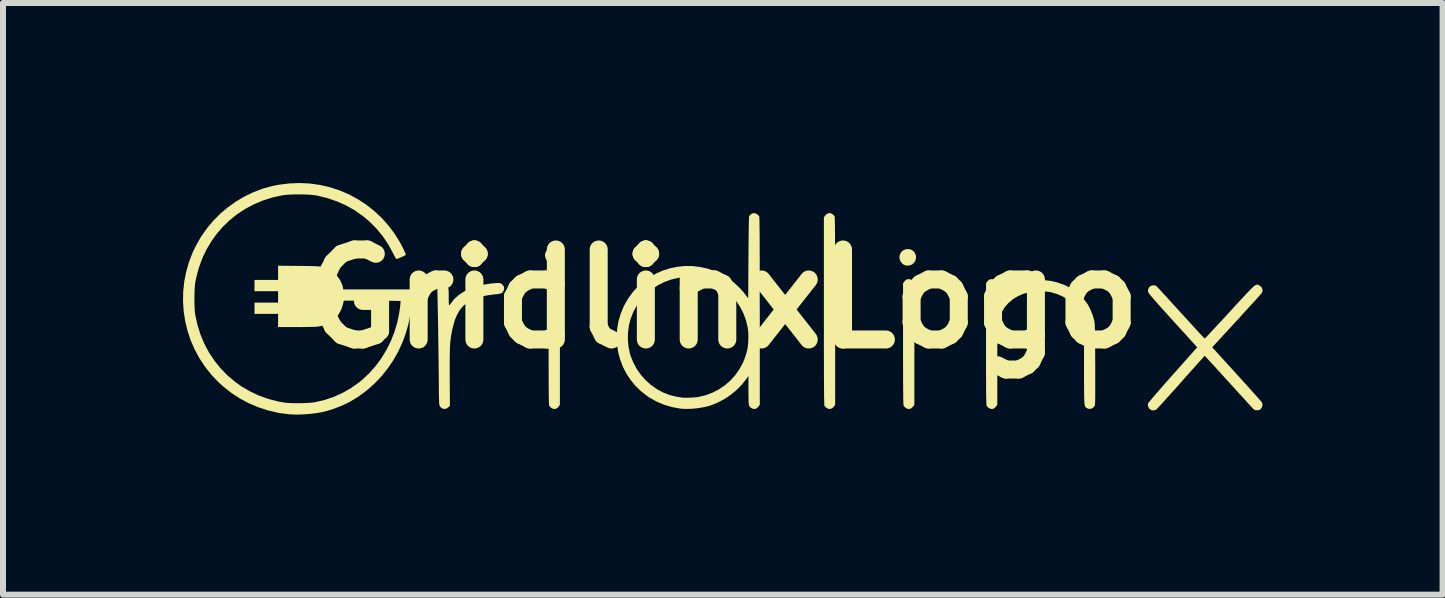
<source format=kicad_pcb>
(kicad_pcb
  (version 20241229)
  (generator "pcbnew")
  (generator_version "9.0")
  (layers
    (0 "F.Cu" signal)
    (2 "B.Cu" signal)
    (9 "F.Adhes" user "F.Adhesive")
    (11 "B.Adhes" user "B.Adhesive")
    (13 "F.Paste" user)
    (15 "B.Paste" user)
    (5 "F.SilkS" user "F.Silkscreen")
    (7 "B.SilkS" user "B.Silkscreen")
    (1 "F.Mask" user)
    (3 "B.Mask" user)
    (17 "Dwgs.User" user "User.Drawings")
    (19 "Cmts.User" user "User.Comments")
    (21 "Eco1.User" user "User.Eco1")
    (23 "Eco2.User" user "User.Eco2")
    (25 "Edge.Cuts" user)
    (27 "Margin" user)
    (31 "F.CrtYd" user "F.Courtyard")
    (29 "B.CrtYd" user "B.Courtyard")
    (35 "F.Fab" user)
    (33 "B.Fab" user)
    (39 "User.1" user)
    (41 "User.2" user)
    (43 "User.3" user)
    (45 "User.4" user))
  (footprint "GridlinxLogo"
    (layer "F.Cu")
    (at 8.998 1.929)
    (property "Reference" "GridlinxLogo" (at 0 0 0) (layer "F.SilkS") (effects (font (size 1.5 1.5) (thickness 0.3))))
    (attr board_only exclude_from_pos_files exclude_from_bom)
    (fp_poly (pts (xy -2.776 -0.852) (xy -2.741 -0.832) (xy -2.711 -0.799) (xy -2.708 -0.795) (xy -2.692 -0.755) (xy -2.69 -0.713) (xy -2.699 -0.671) (xy -2.72 -0.634) (xy -2.751 -0.606) (xy -2.752 -0.605) (xy -2.788 -0.591) (xy -2.829 -0.585) (xy -2.868 -0.588) (xy -2.873 -0.59) (xy -2.907 -0.608) (xy -2.936 -0.637) (xy -2.956 -0.674) (xy -2.966 -0.714) (xy -2.965 -0.745) (xy -2.95 -0.788) (xy -2.925 -0.821) (xy -2.893 -0.845) (xy -2.855 -0.858) (xy -2.815 -0.861)) (stroke (width 0) (type solid)) (fill yes) (layer "F.SilkS"))
    (fp_poly (pts (xy 3.13 -0.821) (xy 3.166 -0.8) (xy 3.195 -0.768) (xy 3.198 -0.763) (xy 3.214 -0.724) (xy 3.217 -0.682) (xy 3.207 -0.64) (xy 3.186 -0.603) (xy 3.155 -0.575) (xy 3.154 -0.574) (xy 3.119 -0.559) (xy 3.078 -0.553) (xy 3.039 -0.557) (xy 3.034 -0.558) (xy 2.999 -0.576) (xy 2.97 -0.606) (xy 2.95 -0.643) (xy 2.94 -0.683) (xy 2.941 -0.714) (xy 2.956 -0.756) (xy 2.981 -0.79) (xy 3.014 -0.813) (xy 3.051 -0.827) (xy 3.091 -0.829)) (stroke (width 0) (type solid)) (fill yes) (layer "F.SilkS"))
    (fp_poly (pts (xy -2.797 -0.327) (xy -2.764 -0.312) (xy -2.744 -0.295) (xy -2.729 -0.278) (xy -2.728 -0.275) (xy -2.726 -0.269) (xy -2.725 -0.256) (xy -2.724 -0.237) (xy -2.722 -0.209) (xy -2.722 -0.174) (xy -2.721 -0.129) (xy -2.72 -0.075) (xy -2.719 -0.01) (xy -2.719 0.066) (xy -2.718 0.154) (xy -2.718 0.255) (xy -2.718 0.368) (xy -2.718 0.495) (xy -2.718 0.637) (xy -2.718 0.755) (xy -2.718 1.765) (xy -2.735 1.791) (xy -2.762 1.821) (xy -2.793 1.835) (xy -2.827 1.835) (xy -2.86 1.82) (xy -2.879 1.803) (xy -2.894 1.786) (xy -2.896 1.783) (xy -2.897 1.777) (xy -2.899 1.764) (xy -2.9 1.745) (xy -2.901 1.717) (xy -2.902 1.682) (xy -2.903 1.637) (xy -2.904 1.583) (xy -2.904 1.518) (xy -2.905 1.442) (xy -2.905 1.354) (xy -2.905 1.253) (xy -2.906 1.14) (xy -2.906 1.013) (xy -2.906 0.871) (xy -2.906 0.753) (xy -2.906 -0.257) (xy -2.888 -0.283) (xy -2.861 -0.313) (xy -2.83 -0.327)) (stroke (width 0) (type solid)) (fill yes) (layer "F.SilkS"))
    (fp_poly (pts (xy 3.109 -0.327) (xy 3.142 -0.312) (xy 3.162 -0.295) (xy 3.177 -0.278) (xy 3.179 -0.275) (xy 3.18 -0.269) (xy 3.182 -0.256) (xy 3.183 -0.237) (xy 3.184 -0.209) (xy 3.185 -0.174) (xy 3.186 -0.129) (xy 3.186 -0.075) (xy 3.187 -0.01) (xy 3.187 0.066) (xy 3.188 0.154) (xy 3.188 0.255) (xy 3.188 0.368) (xy 3.189 0.495) (xy 3.189 0.637) (xy 3.189 0.755) (xy 3.189 1.765) (xy 3.171 1.791) (xy 3.144 1.821) (xy 3.113 1.835) (xy 3.08 1.835) (xy 3.047 1.82) (xy 3.027 1.803) (xy 3.012 1.786) (xy 3.01 1.783) (xy 3.009 1.777) (xy 3.007 1.764) (xy 3.006 1.745) (xy 3.005 1.717) (xy 3.004 1.682) (xy 3.003 1.637) (xy 3.003 1.583) (xy 3.002 1.518) (xy 3.002 1.442) (xy 3.001 1.354) (xy 3.001 1.253) (xy 3.001 1.14) (xy 3 1.013) (xy 3 0.871) (xy 3 0.753) (xy 3 -0.257) (xy 3.018 -0.283) (xy 3.045 -0.313) (xy 3.076 -0.327)) (stroke (width 0) (type solid)) (fill yes) (layer "F.SilkS"))
    (fp_poly (pts (xy 1.79 -1.427) (xy 1.823 -1.412) (xy 1.843 -1.395) (xy 1.858 -1.377) (xy 1.859 -1.374) (xy 1.86 -1.369) (xy 1.862 -1.357) (xy 1.863 -1.339) (xy 1.863 -1.314) (xy 1.864 -1.281) (xy 1.865 -1.24) (xy 1.866 -1.19) (xy 1.866 -1.131) (xy 1.867 -1.061) (xy 1.867 -0.982) (xy 1.868 -0.891) (xy 1.868 -0.788) (xy 1.868 -0.674) (xy 1.869 -0.547) (xy 1.869 -0.407) (xy 1.869 -0.252) (xy 1.869 -0.084) (xy 1.869 0.099) (xy 1.869 0.205) (xy 1.869 1.765) (xy 1.851 1.791) (xy 1.824 1.821) (xy 1.793 1.835) (xy 1.76 1.835) (xy 1.727 1.82) (xy 1.707 1.803) (xy 1.692 1.786) (xy 1.691 1.783) (xy 1.69 1.777) (xy 1.688 1.766) (xy 1.687 1.748) (xy 1.687 1.723) (xy 1.686 1.69) (xy 1.685 1.649) (xy 1.684 1.599) (xy 1.684 1.539) (xy 1.683 1.47) (xy 1.683 1.39) (xy 1.682 1.299) (xy 1.682 1.197) (xy 1.682 1.082) (xy 1.681 0.955) (xy 1.681 0.815) (xy 1.681 0.661) (xy 1.681 0.492) (xy 1.681 0.309) (xy 1.681 0.203) (xy 1.681 -1.356) (xy 1.699 -1.383) (xy 1.726 -1.412) (xy 1.757 -1.427)) (stroke (width 0) (type solid)) (fill yes) (layer "F.SilkS"))
    (fp_poly (pts (xy -3.728 -0.263) (xy -3.708 -0.26) (xy -3.706 -0.259) (xy -3.672 -0.234) (xy -3.652 -0.205) (xy -3.646 -0.171) (xy -3.654 -0.138) (xy -3.676 -0.106) (xy -3.68 -0.102) (xy -3.69 -0.095) (xy -3.703 -0.089) (xy -3.724 -0.084) (xy -3.754 -0.079) (xy -3.797 -0.075) (xy -3.803 -0.074) (xy -3.923 -0.058) (xy -4.03 -0.036) (xy -4.124 -0.007) (xy -4.205 0.029) (xy -4.276 0.073) (xy -4.336 0.127) (xy -4.388 0.19) (xy -4.431 0.265) (xy -4.467 0.35) (xy -4.496 0.449) (xy -4.515 0.531) (xy -4.523 0.573) (xy -4.53 0.612) (xy -4.536 0.65) (xy -4.541 0.688) (xy -4.545 0.728) (xy -4.548 0.772) (xy -4.551 0.821) (xy -4.552 0.876) (xy -4.553 0.939) (xy -4.554 1.012) (xy -4.554 1.096) (xy -4.554 1.192) (xy -4.554 1.302) (xy -4.551 1.782) (xy -4.576 1.807) (xy -4.607 1.829) (xy -4.641 1.836) (xy -4.675 1.829) (xy -4.689 1.821) (xy -4.712 1.799) (xy -4.725 1.775) (xy -4.728 1.757) (xy -4.731 1.725) (xy -4.732 1.677) (xy -4.734 1.614) (xy -4.735 1.537) (xy -4.735 1.484) (xy -4.735 1.42) (xy -4.736 1.343) (xy -4.737 1.253) (xy -4.738 1.154) (xy -4.739 1.048) (xy -4.741 0.935) (xy -4.742 0.82) (xy -4.744 0.703) (xy -4.746 0.586) (xy -4.747 0.472) (xy -4.749 0.363) (xy -4.751 0.26) (xy -4.753 0.166) (xy -4.755 0.082) (xy -4.756 0.027) (xy -4.76 -0.169) (xy -4.736 -0.198) (xy -4.707 -0.223) (xy -4.674 -0.234) (xy -4.64 -0.23) (xy -4.607 -0.211) (xy -4.591 -0.195) (xy -4.584 -0.186) (xy -4.579 -0.177) (xy -4.575 -0.165) (xy -4.573 -0.149) (xy -4.572 -0.124) (xy -4.571 -0.089) (xy -4.571 -0.042) (xy -4.571 -0.031) (xy -4.571 0.014) (xy -4.57 0.053) (xy -4.568 0.084) (xy -4.566 0.104) (xy -4.564 0.11) (xy -4.556 0.104) (xy -4.544 0.089) (xy -4.535 0.077) (xy -4.479 0.005) (xy -4.409 -0.059) (xy -4.326 -0.115) (xy -4.232 -0.163) (xy -4.126 -0.202) (xy -4.01 -0.231) (xy -3.966 -0.239) (xy -3.908 -0.248) (xy -3.852 -0.256) (xy -3.802 -0.26) (xy -3.76 -0.263)) (stroke (width 0) (type solid)) (fill yes) (layer "F.SilkS"))
    (fp_poly (pts (xy 4.492 -0.327) (xy 4.525 -0.312) (xy 4.541 -0.3) (xy 4.553 -0.287) (xy 4.561 -0.27) (xy 4.566 -0.248) (xy 4.569 -0.217) (xy 4.571 -0.175) (xy 4.571 -0.133) (xy 4.571 -0.01) (xy 4.624 -0.062) (xy 4.708 -0.134) (xy 4.801 -0.194) (xy 4.901 -0.241) (xy 5.008 -0.277) (xy 5.118 -0.301) (xy 5.232 -0.312) (xy 5.347 -0.311) (xy 5.462 -0.298) (xy 5.575 -0.271) (xy 5.685 -0.232) (xy 5.79 -0.18) (xy 5.817 -0.164) (xy 5.871 -0.126) (xy 5.926 -0.08) (xy 5.98 -0.027) (xy 6.029 0.027) (xy 6.069 0.08) (xy 6.082 0.1) (xy 6.12 0.174) (xy 6.154 0.256) (xy 6.18 0.34) (xy 6.186 0.361) (xy 6.188 0.373) (xy 6.191 0.386) (xy 6.192 0.402) (xy 6.194 0.421) (xy 6.196 0.445) (xy 6.197 0.475) (xy 6.198 0.511) (xy 6.199 0.556) (xy 6.2 0.609) (xy 6.2 0.673) (xy 6.201 0.747) (xy 6.201 0.834) (xy 6.202 0.934) (xy 6.202 1.049) (xy 6.203 1.087) (xy 6.203 1.216) (xy 6.203 1.33) (xy 6.203 1.43) (xy 6.203 1.516) (xy 6.203 1.588) (xy 6.202 1.648) (xy 6.202 1.695) (xy 6.2 1.731) (xy 6.199 1.757) (xy 6.198 1.771) (xy 6.197 1.776) (xy 6.176 1.807) (xy 6.148 1.827) (xy 6.116 1.836) (xy 6.082 1.831) (xy 6.065 1.822) (xy 6.056 1.817) (xy 6.049 1.812) (xy 6.042 1.806) (xy 6.037 1.799) (xy 6.032 1.788) (xy 6.028 1.774) (xy 6.025 1.755) (xy 6.022 1.73) (xy 6.02 1.698) (xy 6.019 1.659) (xy 6.018 1.61) (xy 6.017 1.551) (xy 6.017 1.482) (xy 6.016 1.401) (xy 6.016 1.306) (xy 6.016 1.198) (xy 6.016 1.112) (xy 6.016 0.992) (xy 6.016 0.887) (xy 6.016 0.795) (xy 6.016 0.715) (xy 6.015 0.647) (xy 6.014 0.588) (xy 6.013 0.539) (xy 6.011 0.497) (xy 6.009 0.462) (xy 6.006 0.433) (xy 6.003 0.408) (xy 6 0.386) (xy 5.995 0.367) (xy 5.99 0.349) (xy 5.984 0.33) (xy 5.977 0.311) (xy 5.977 0.311) (xy 5.939 0.225) (xy 5.888 0.146) (xy 5.824 0.076) (xy 5.749 0.014) (xy 5.664 -0.037) (xy 5.57 -0.078) (xy 5.467 -0.108) (xy 5.455 -0.111) (xy 5.4 -0.119) (xy 5.336 -0.124) (xy 5.268 -0.126) (xy 5.203 -0.124) (xy 5.144 -0.118) (xy 5.115 -0.113) (xy 5.012 -0.085) (xy 4.917 -0.045) (xy 4.833 0.006) (xy 4.759 0.068) (xy 4.696 0.139) (xy 4.646 0.219) (xy 4.608 0.307) (xy 4.583 0.403) (xy 4.583 0.404) (xy 4.581 0.419) (xy 4.579 0.437) (xy 4.577 0.458) (xy 4.576 0.485) (xy 4.575 0.518) (xy 4.574 0.559) (xy 4.573 0.608) (xy 4.572 0.666) (xy 4.572 0.734) (xy 4.571 0.814) (xy 4.571 0.907) (xy 4.571 1.014) (xy 4.571 1.119) (xy 4.571 1.765) (xy 4.553 1.791) (xy 4.526 1.821) (xy 4.495 1.835) (xy 4.462 1.835) (xy 4.429 1.82) (xy 4.409 1.803) (xy 4.394 1.786) (xy 4.393 1.783) (xy 4.391 1.777) (xy 4.39 1.764) (xy 4.389 1.745) (xy 4.388 1.717) (xy 4.387 1.682) (xy 4.386 1.637) (xy 4.385 1.583) (xy 4.384 1.518) (xy 4.384 1.442) (xy 4.384 1.354) (xy 4.383 1.253) (xy 4.383 1.14) (xy 4.383 1.013) (xy 4.383 0.871) (xy 4.383 0.753) (xy 4.383 -0.257) (xy 4.4 -0.283) (xy 4.428 -0.313) (xy 4.458 -0.327)) (stroke (width 0) (type solid)) (fill yes) (layer "F.SilkS"))
    (fp_poly (pts (xy 8.911 -0.235) (xy 8.921 -0.232) (xy 8.929 -0.228) (xy 8.96 -0.208) (xy 8.981 -0.181) (xy 8.991 -0.149) (xy 8.987 -0.116) (xy 8.979 -0.098) (xy 8.971 -0.089) (xy 8.954 -0.068) (xy 8.927 -0.038) (xy 8.892 0.001) (xy 8.85 0.048) (xy 8.8 0.102) (xy 8.745 0.162) (xy 8.685 0.228) (xy 8.621 0.299) (xy 8.553 0.373) (xy 8.482 0.45) (xy 8.41 0.528) (xy 8.336 0.608) (xy 8.263 0.688) (xy 8.23 0.724) (xy 8.152 0.808) (xy 8.558 1.254) (xy 8.623 1.326) (xy 8.685 1.394) (xy 8.743 1.459) (xy 8.797 1.519) (xy 8.846 1.573) (xy 8.888 1.62) (xy 8.923 1.66) (xy 8.951 1.691) (xy 8.969 1.712) (xy 8.978 1.723) (xy 8.979 1.724) (xy 8.99 1.756) (xy 8.988 1.79) (xy 8.972 1.822) (xy 8.962 1.833) (xy 8.944 1.849) (xy 8.925 1.856) (xy 8.899 1.857) (xy 8.871 1.855) (xy 8.851 1.847) (xy 8.84 1.838) (xy 8.831 1.829) (xy 8.813 1.809) (xy 8.786 1.78) (xy 8.751 1.742) (xy 8.709 1.696) (xy 8.661 1.643) (xy 8.607 1.585) (xy 8.549 1.521) (xy 8.488 1.454) (xy 8.425 1.384) (xy 8.361 1.314) (xy 8.301 1.248) (xy 8.244 1.186) (xy 8.193 1.129) (xy 8.146 1.079) (xy 8.106 1.035) (xy 8.074 1) (xy 8.049 0.973) (xy 8.033 0.957) (xy 8.027 0.951) (xy 8.027 0.951) (xy 8.021 0.956) (xy 8.006 0.973) (xy 7.982 1) (xy 7.95 1.035) (xy 7.91 1.079) (xy 7.865 1.13) (xy 7.814 1.187) (xy 7.758 1.25) (xy 7.698 1.317) (xy 7.635 1.388) (xy 7.63 1.393) (xy 7.567 1.465) (xy 7.506 1.533) (xy 7.448 1.597) (xy 7.395 1.656) (xy 7.348 1.709) (xy 7.306 1.754) (xy 7.271 1.792) (xy 7.244 1.821) (xy 7.226 1.84) (xy 7.217 1.849) (xy 7.217 1.849) (xy 7.185 1.859) (xy 7.151 1.859) (xy 7.135 1.854) (xy 7.109 1.836) (xy 7.09 1.808) (xy 7.08 1.775) (xy 7.081 1.749) (xy 7.087 1.738) (xy 7.103 1.717) (xy 7.13 1.685) (xy 7.166 1.641) (xy 7.213 1.587) (xy 7.27 1.521) (xy 7.337 1.444) (xy 7.415 1.356) (xy 7.494 1.267) (xy 7.902 0.808) (xy 7.829 0.728) (xy 7.721 0.609) (xy 7.623 0.502) (xy 7.535 0.405) (xy 7.456 0.318) (xy 7.387 0.241) (xy 7.325 0.173) (xy 7.272 0.114) (xy 7.227 0.062) (xy 7.188 0.019) (xy 7.157 -0.018) (xy 7.132 -0.047) (xy 7.112 -0.071) (xy 7.099 -0.089) (xy 7.09 -0.101) (xy 7.086 -0.109) (xy 7.086 -0.109) (xy 7.081 -0.145) (xy 7.092 -0.178) (xy 7.115 -0.205) (xy 7.125 -0.212) (xy 7.154 -0.223) (xy 7.187 -0.225) (xy 7.215 -0.216) (xy 7.224 -0.211) (xy 7.231 -0.203) (xy 7.248 -0.185) (xy 7.274 -0.157) (xy 7.307 -0.121) (xy 7.348 -0.076) (xy 7.396 -0.025) (xy 7.448 0.033) (xy 7.505 0.096) (xy 7.566 0.163) (xy 7.629 0.232) (xy 7.693 0.301) (xy 7.753 0.368) (xy 7.81 0.43) (xy 7.862 0.486) (xy 7.908 0.537) (xy 7.948 0.58) (xy 7.981 0.615) (xy 8.005 0.641) (xy 8.021 0.658) (xy 8.027 0.664) (xy 8.027 0.664) (xy 8.033 0.658) (xy 8.049 0.642) (xy 8.074 0.616) (xy 8.107 0.58) (xy 8.147 0.537) (xy 8.194 0.487) (xy 8.246 0.431) (xy 8.304 0.369) (xy 8.365 0.303) (xy 8.429 0.233) (xy 8.439 0.222) (xy 8.517 0.137) (xy 8.585 0.063) (xy 8.644 -0.001) (xy 8.695 -0.055) (xy 8.738 -0.101) (xy 8.775 -0.139) (xy 8.805 -0.169) (xy 8.83 -0.193) (xy 8.85 -0.211) (xy 8.867 -0.223) (xy 8.881 -0.231) (xy 8.892 -0.235) (xy 8.902 -0.236)) (stroke (width 0) (type solid)) (fill yes) (layer "F.SilkS"))
    (fp_poly (pts (xy 0.559 -1.416) (xy 0.565 -1.412) (xy 0.585 -1.396) (xy 0.601 -1.378) (xy 0.603 -1.374) (xy 0.604 -1.369) (xy 0.605 -1.357) (xy 0.606 -1.339) (xy 0.607 -1.314) (xy 0.608 -1.281) (xy 0.608 -1.24) (xy 0.609 -1.19) (xy 0.61 -1.131) (xy 0.61 -1.061) (xy 0.611 -0.982) (xy 0.611 -0.891) (xy 0.611 -0.788) (xy 0.612 -0.674) (xy 0.612 -0.547) (xy 0.612 -0.407) (xy 0.612 -0.252) (xy 0.612 -0.084) (xy 0.612 0.099) (xy 0.613 0.205) (xy 0.613 1.765) (xy 0.595 1.791) (xy 0.568 1.821) (xy 0.537 1.835) (xy 0.504 1.835) (xy 0.471 1.82) (xy 0.458 1.811) (xy 0.448 1.802) (xy 0.44 1.792) (xy 0.434 1.777) (xy 0.43 1.758) (xy 0.427 1.731) (xy 0.426 1.696) (xy 0.425 1.649) (xy 0.424 1.591) (xy 0.424 1.524) (xy 0.424 1.286) (xy 0.384 1.343) (xy 0.309 1.436) (xy 0.223 1.523) (xy 0.126 1.602) (xy 0.021 1.672) (xy -0.089 1.73) (xy -0.201 1.775) (xy -0.253 1.791) (xy -0.33 1.808) (xy -0.414 1.822) (xy -0.501 1.831) (xy -0.585 1.835) (xy -0.662 1.834) (xy -0.709 1.83) (xy -0.848 1.805) (xy -0.979 1.767) (xy -1.104 1.714) (xy -1.223 1.648) (xy -1.259 1.624) (xy -1.364 1.542) (xy -1.459 1.451) (xy -1.541 1.351) (xy -1.612 1.243) (xy -1.67 1.129) (xy -1.715 1.009) (xy -1.748 0.886) (xy -1.767 0.76) (xy -1.771 0.678) (xy -1.586 0.678) (xy -1.575 0.796) (xy -1.552 0.909) (xy -1.539 0.951) (xy -1.494 1.064) (xy -1.437 1.17) (xy -1.368 1.268) (xy -1.289 1.357) (xy -1.2 1.436) (xy -1.104 1.504) (xy -1.001 1.56) (xy -0.892 1.602) (xy -0.779 1.631) (xy -0.762 1.633) (xy -0.732 1.638) (xy -0.707 1.642) (xy -0.692 1.645) (xy -0.691 1.645) (xy -0.667 1.648) (xy -0.632 1.649) (xy -0.589 1.649) (xy -0.542 1.647) (xy -0.496 1.645) (xy -0.453 1.641) (xy -0.419 1.637) (xy -0.416 1.637) (xy -0.294 1.608) (xy -0.179 1.566) (xy -0.07 1.51) (xy 0.03 1.443) (xy 0.121 1.364) (xy 0.202 1.275) (xy 0.272 1.176) (xy 0.331 1.069) (xy 0.376 0.954) (xy 0.405 0.848) (xy 0.414 0.791) (xy 0.42 0.723) (xy 0.423 0.651) (xy 0.422 0.58) (xy 0.417 0.516) (xy 0.413 0.486) (xy 0.384 0.363) (xy 0.342 0.247) (xy 0.287 0.138) (xy 0.22 0.037) (xy 0.142 -0.055) (xy 0.053 -0.137) (xy -0.045 -0.207) (xy -0.152 -0.266) (xy -0.267 -0.312) (xy -0.377 -0.342) (xy -0.435 -0.352) (xy -0.502 -0.357) (xy -0.574 -0.36) (xy -0.645 -0.359) (xy -0.709 -0.354) (xy -0.739 -0.35) (xy -0.86 -0.322) (xy -0.976 -0.28) (xy -1.085 -0.225) (xy -1.186 -0.158) (xy -1.278 -0.08) (xy -1.361 0.008) (xy -1.432 0.106) (xy -1.491 0.212) (xy -1.537 0.326) (xy -1.538 0.33) (xy -1.567 0.442) (xy -1.583 0.559) (xy -1.586 0.678) (xy -1.771 0.678) (xy -1.773 0.632) (xy -1.764 0.503) (xy -1.742 0.375) (xy -1.705 0.249) (xy -1.654 0.125) (xy -1.649 0.115) (xy -1.582 -0.002) (xy -1.504 -0.11) (xy -1.417 -0.206) (xy -1.321 -0.291) (xy -1.218 -0.364) (xy -1.108 -0.425) (xy -0.993 -0.474) (xy -0.874 -0.511) (xy -0.751 -0.535) (xy -0.626 -0.547) (xy -0.5 -0.545) (xy -0.374 -0.529) (xy -0.249 -0.5) (xy -0.126 -0.457) (xy -0.006 -0.399) (xy 0.096 -0.336) (xy 0.159 -0.289) (xy 0.223 -0.233) (xy 0.286 -0.172) (xy 0.342 -0.11) (xy 0.369 -0.075) (xy 0.42 -0.008) (xy 0.424 -0.685) (xy 0.425 -0.815) (xy 0.426 -0.929) (xy 0.427 -1.029) (xy 0.428 -1.115) (xy 0.429 -1.188) (xy 0.43 -1.248) (xy 0.431 -1.296) (xy 0.433 -1.332) (xy 0.434 -1.358) (xy 0.436 -1.373) (xy 0.437 -1.378) (xy 0.462 -1.408) (xy 0.492 -1.424) (xy 0.526 -1.427)) (stroke (width 0) (type solid)) (fill yes) (layer "F.SilkS"))
    (fp_poly (pts (xy -6.886 -1.921) (xy -6.715 -1.897) (xy -6.713 -1.897) (xy -6.547 -1.858) (xy -6.386 -1.805) (xy -6.23 -1.738) (xy -6.082 -1.658) (xy -5.941 -1.566) (xy -5.809 -1.461) (xy -5.686 -1.346) (xy -5.573 -1.219) (xy -5.471 -1.083) (xy -5.381 -0.938) (xy -5.337 -0.853) (xy -5.319 -0.815) (xy -5.303 -0.782) (xy -5.292 -0.756) (xy -5.286 -0.74) (xy -5.286 -0.737) (xy -5.288 -0.732) (xy -5.294 -0.726) (xy -5.308 -0.718) (xy -5.329 -0.708) (xy -5.361 -0.694) (xy -5.404 -0.676) (xy -5.44 -0.662) (xy -5.447 -0.668) (xy -5.459 -0.685) (xy -5.475 -0.714) (xy -5.494 -0.751) (xy -5.5 -0.763) (xy -5.58 -0.909) (xy -5.672 -1.045) (xy -5.775 -1.17) (xy -5.889 -1.285) (xy -6.013 -1.388) (xy -6.146 -1.48) (xy -6.288 -1.559) (xy -6.439 -1.625) (xy -6.596 -1.679) (xy -6.761 -1.719) (xy -6.798 -1.725) (xy -6.843 -1.731) (xy -6.899 -1.735) (xy -6.965 -1.738) (xy -7.035 -1.74) (xy -7.107 -1.74) (xy -7.177 -1.738) (xy -7.242 -1.735) (xy -7.298 -1.731) (xy -7.339 -1.725) (xy -7.506 -1.689) (xy -7.666 -1.638) (xy -7.818 -1.574) (xy -7.963 -1.497) (xy -8.098 -1.408) (xy -8.225 -1.306) (xy -8.342 -1.192) (xy -8.448 -1.067) (xy -8.523 -0.962) (xy -8.607 -0.822) (xy -8.677 -0.674) (xy -8.734 -0.517) (xy -8.778 -0.353) (xy -8.794 -0.271) (xy -8.8 -0.226) (xy -8.804 -0.169) (xy -8.807 -0.104) (xy -8.808 -0.034) (xy -8.808 0.039) (xy -8.807 0.109) (xy -8.804 0.174) (xy -8.799 0.23) (xy -8.794 0.271) (xy -8.757 0.437) (xy -8.707 0.597) (xy -8.643 0.749) (xy -8.566 0.894) (xy -8.476 1.03) (xy -8.374 1.156) (xy -8.261 1.273) (xy -8.135 1.38) (xy -8.031 1.455) (xy -7.891 1.538) (xy -7.742 1.609) (xy -7.586 1.666) (xy -7.422 1.709) (xy -7.339 1.725) (xy -7.288 1.732) (xy -7.225 1.737) (xy -7.154 1.74) (xy -7.079 1.74) (xy -7.003 1.739) (xy -6.93 1.736) (xy -6.864 1.731) (xy -6.809 1.725) (xy -6.793 1.722) (xy -6.633 1.684) (xy -6.48 1.632) (xy -6.334 1.565) (xy -6.194 1.485) (xy -6.062 1.39) (xy -6.016 1.353) (xy -5.899 1.244) (xy -5.792 1.124) (xy -5.695 0.994) (xy -5.61 0.854) (xy -5.536 0.708) (xy -5.476 0.554) (xy -5.428 0.396) (xy -5.395 0.234) (xy -5.38 0.127) (xy -5.377 0.092) (xy -5.374 0.064) (xy -5.373 0.044) (xy -5.372 0.038) (xy -5.38 0.037) (xy -5.402 0.036) (xy -5.438 0.035) (xy -5.486 0.034) (xy -5.545 0.033) (xy -5.614 0.032) (xy -5.692 0.032) (xy -5.777 0.031) (xy -5.846 0.031) (xy -6.319 0.031) (xy -6.333 0.092) (xy -6.36 0.176) (xy -6.4 0.251) (xy -6.451 0.316) (xy -6.513 0.371) (xy -6.585 0.414) (xy -6.668 0.446) (xy -6.747 0.463) (xy -6.766 0.465) (xy -6.799 0.467) (xy -6.843 0.468) (xy -6.897 0.469) (xy -6.959 0.47) (xy -7.026 0.471) (xy -7.096 0.471) (xy -7.106 0.471) (xy -7.414 0.471) (xy -7.414 0.361) (xy -7.414 0.251) (xy -7.611 0.251) (xy -7.807 0.251) (xy -7.807 0.157) (xy -7.807 0.063) (xy -7.611 0.063) (xy -7.414 0.063) (xy -7.414 -0.031) (xy -7.414 -0.126) (xy -7.611 -0.126) (xy -7.807 -0.126) (xy -7.807 -0.22) (xy -7.807 -0.314) (xy -7.611 -0.314) (xy -7.414 -0.314) (xy -7.414 -0.432) (xy -7.414 -0.551) (xy -7.071 -0.548) (xy -6.983 -0.547) (xy -6.91 -0.546) (xy -6.848 -0.545) (xy -6.798 -0.543) (xy -6.756 -0.541) (xy -6.722 -0.538) (xy -6.693 -0.534) (xy -6.668 -0.528) (xy -6.644 -0.521) (xy -6.622 -0.512) (xy -6.598 -0.501) (xy -6.571 -0.488) (xy -6.567 -0.486) (xy -6.497 -0.443) (xy -6.438 -0.39) (xy -6.39 -0.326) (xy -6.371 -0.292) (xy -6.356 -0.258) (xy -6.343 -0.226) (xy -6.335 -0.199) (xy -6.334 -0.192) (xy -6.329 -0.157) (xy -5.755 -0.157) (xy -5.181 -0.157) (xy -5.186 -0.018) (xy -5.197 0.142) (xy -5.216 0.292) (xy -5.246 0.435) (xy -5.286 0.576) (xy -5.337 0.715) (xy -5.408 0.871) (xy -5.491 1.02) (xy -5.587 1.161) (xy -5.694 1.294) (xy -5.811 1.416) (xy -5.937 1.528) (xy -6.072 1.628) (xy -6.214 1.714) (xy -6.223 1.719) (xy -6.306 1.76) (xy -6.399 1.8) (xy -6.496 1.836) (xy -6.591 1.866) (xy -6.679 1.888) (xy -6.684 1.889) (xy -6.779 1.906) (xy -6.883 1.918) (xy -6.989 1.926) (xy -7.093 1.93) (xy -7.19 1.927) (xy -7.235 1.924) (xy -7.408 1.901) (xy -7.576 1.862) (xy -7.74 1.809) (xy -7.899 1.742) (xy -8.051 1.661) (xy -8.195 1.567) (xy -8.331 1.459) (xy -8.411 1.387) (xy -8.529 1.262) (xy -8.634 1.129) (xy -8.726 0.989) (xy -8.805 0.843) (xy -8.871 0.691) (xy -8.923 0.534) (xy -8.962 0.374) (xy -8.987 0.211) (xy -8.998 0.046) (xy -8.995 -0.119) (xy -8.978 -0.285) (xy -8.946 -0.449) (xy -8.9 -0.61) (xy -8.839 -0.769) (xy -8.787 -0.878) (xy -8.703 -1.026) (xy -8.607 -1.165) (xy -8.499 -1.295) (xy -8.38 -1.415) (xy -8.253 -1.523) (xy -8.116 -1.621) (xy -7.972 -1.706) (xy -7.821 -1.778) (xy -7.665 -1.837) (xy -7.503 -1.881) (xy -7.406 -1.9) (xy -7.231 -1.922) (xy -7.058 -1.929)) (stroke (width 0) (type solid)) (fill yes) (layer "F.SilkS")))
  (gr_rect
    (start -3 -3)
    (end 20.989 6.859)
    (stroke (width 0.1) (type default))
    (fill no)
    (layer "Edge.Cuts")))
</source>
